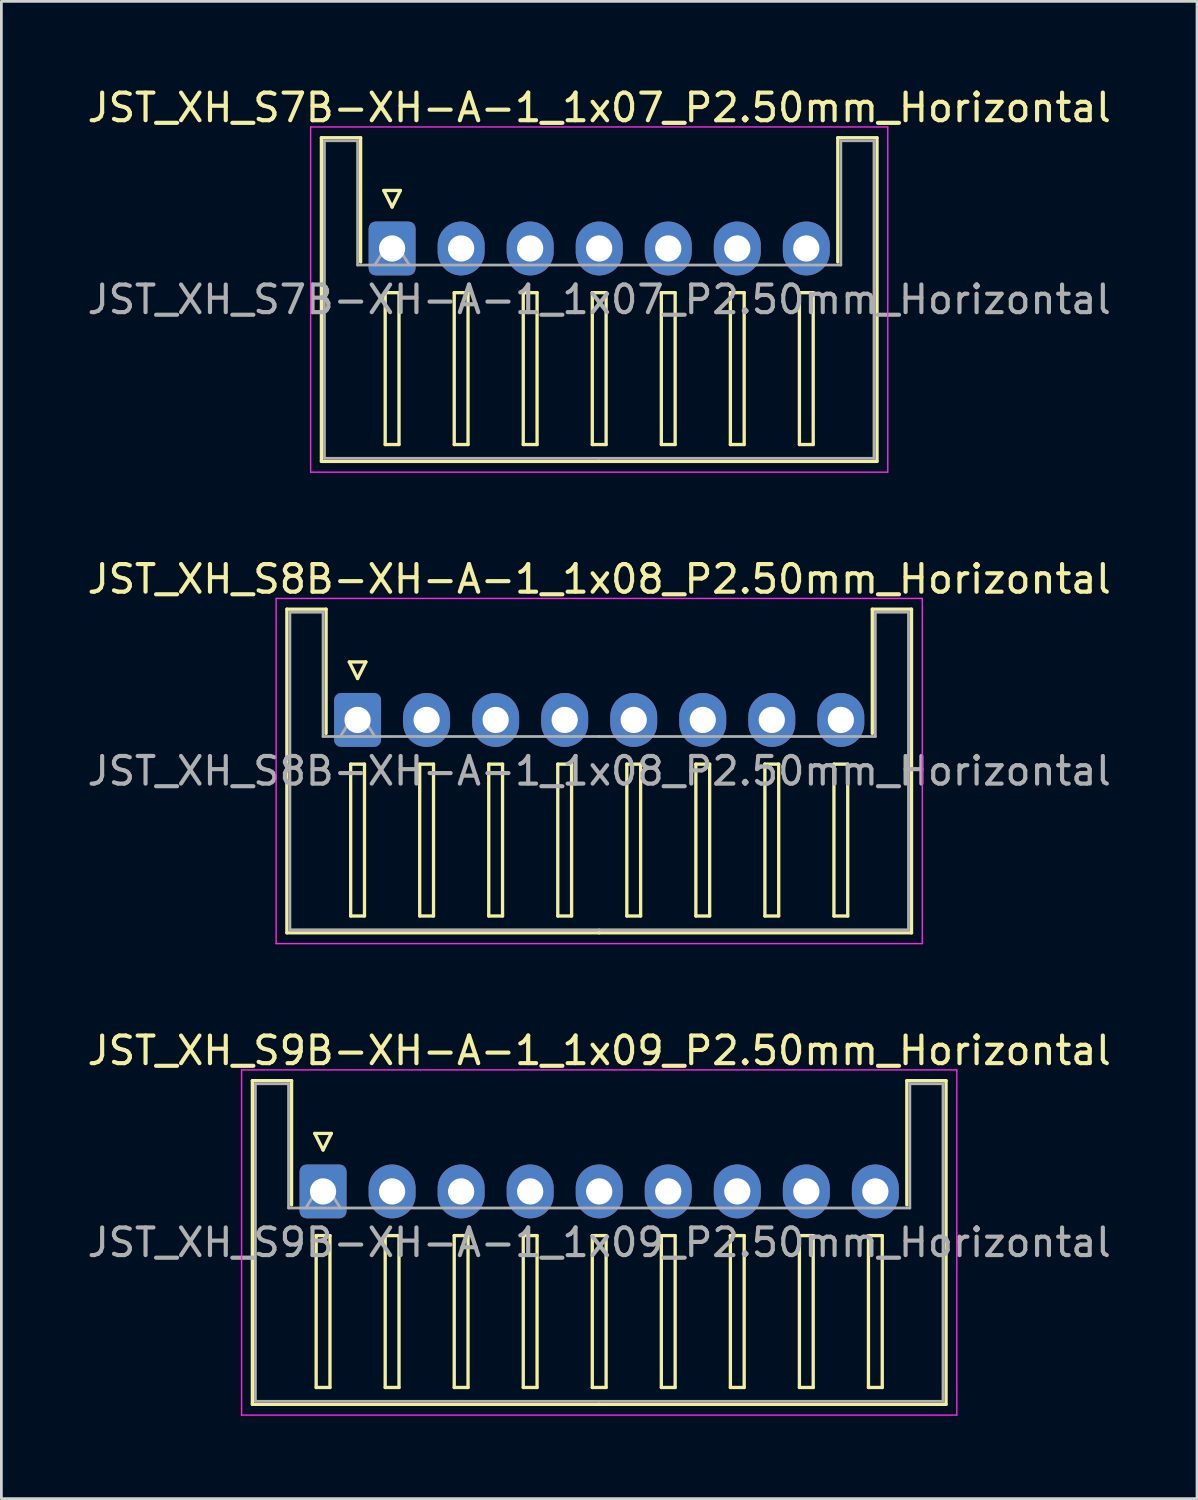
<source format=kicad_pcb>
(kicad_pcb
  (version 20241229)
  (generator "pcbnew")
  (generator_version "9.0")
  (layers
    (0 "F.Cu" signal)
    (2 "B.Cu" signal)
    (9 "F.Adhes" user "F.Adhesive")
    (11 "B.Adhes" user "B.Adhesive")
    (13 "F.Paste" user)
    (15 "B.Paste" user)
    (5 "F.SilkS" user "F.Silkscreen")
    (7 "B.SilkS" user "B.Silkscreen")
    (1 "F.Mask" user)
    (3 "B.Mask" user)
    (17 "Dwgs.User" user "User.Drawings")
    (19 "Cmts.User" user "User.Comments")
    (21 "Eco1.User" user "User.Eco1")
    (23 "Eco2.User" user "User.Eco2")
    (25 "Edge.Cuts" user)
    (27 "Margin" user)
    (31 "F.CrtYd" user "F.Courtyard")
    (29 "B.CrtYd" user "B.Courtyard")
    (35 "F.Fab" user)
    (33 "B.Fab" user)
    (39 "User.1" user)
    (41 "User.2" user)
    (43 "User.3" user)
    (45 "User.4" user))
  (footprint "JST_XH_S8B-XH-A-1_1x08_P2.50mm_Horizontal"
    (layer "F.Cu")
    (at 9.899 23.021)
    (property "Reference" "JST_XH_S8B-XH-A-1_1x08_P2.50mm_Horizontal" (at 8.75 -5.1 0) (layer "F.SilkS") (effects (font (size 1 1) (thickness 0.15))))
    (attr through_hole)
    (fp_line (start -2.56 -4.01) (end -1.14 -4.01) (stroke (width 0.12) (type solid)) (layer "F.SilkS"))
    (fp_line (start -2.56 7.71) (end -2.56 -4.01) (stroke (width 0.12) (type solid)) (layer "F.SilkS"))
    (fp_line (start -1.14 -4.01) (end -1.14 0.49) (stroke (width 0.12) (type solid)) (layer "F.SilkS"))
    (fp_line (start -0.3 -2.1) (end 0.3 -2.1) (stroke (width 0.12) (type solid)) (layer "F.SilkS"))
    (fp_line (start -0.25 1.6) (end -0.25 7.1) (stroke (width 0.12) (type solid)) (layer "F.SilkS"))
    (fp_line (start -0.25 7.1) (end 0.25 7.1) (stroke (width 0.12) (type solid)) (layer "F.SilkS"))
    (fp_line (start 0 -1.5) (end -0.3 -2.1) (stroke (width 0.12) (type solid)) (layer "F.SilkS"))
    (fp_line (start 0.25 1.6) (end -0.25 1.6) (stroke (width 0.12) (type solid)) (layer "F.SilkS"))
    (fp_line (start 0.25 7.1) (end 0.25 1.6) (stroke (width 0.12) (type solid)) (layer "F.SilkS"))
    (fp_line (start 0.3 -2.1) (end 0 -1.5) (stroke (width 0.12) (type solid)) (layer "F.SilkS"))
    (fp_line (start 2.25 1.6) (end 2.25 7.1) (stroke (width 0.12) (type solid)) (layer "F.SilkS"))
    (fp_line (start 2.25 7.1) (end 2.75 7.1) (stroke (width 0.12) (type solid)) (layer "F.SilkS"))
    (fp_line (start 2.75 1.6) (end 2.25 1.6) (stroke (width 0.12) (type solid)) (layer "F.SilkS"))
    (fp_line (start 2.75 7.1) (end 2.75 1.6) (stroke (width 0.12) (type solid)) (layer "F.SilkS"))
    (fp_line (start 4.75 1.6) (end 4.75 7.1) (stroke (width 0.12) (type solid)) (layer "F.SilkS"))
    (fp_line (start 4.75 7.1) (end 5.25 7.1) (stroke (width 0.12) (type solid)) (layer "F.SilkS"))
    (fp_line (start 5.25 1.6) (end 4.75 1.6) (stroke (width 0.12) (type solid)) (layer "F.SilkS"))
    (fp_line (start 5.25 7.1) (end 5.25 1.6) (stroke (width 0.12) (type solid)) (layer "F.SilkS"))
    (fp_line (start 7.25 1.6) (end 7.25 7.1) (stroke (width 0.12) (type solid)) (layer "F.SilkS"))
    (fp_line (start 7.25 7.1) (end 7.75 7.1) (stroke (width 0.12) (type solid)) (layer "F.SilkS"))
    (fp_line (start 7.75 1.6) (end 7.25 1.6) (stroke (width 0.12) (type solid)) (layer "F.SilkS"))
    (fp_line (start 7.75 7.1) (end 7.75 1.6) (stroke (width 0.12) (type solid)) (layer "F.SilkS"))
    (fp_line (start 8.75 7.71) (end -2.56 7.71) (stroke (width 0.12) (type solid)) (layer "F.SilkS"))
    (fp_line (start 8.75 7.71) (end 20.06 7.71) (stroke (width 0.12) (type solid)) (layer "F.SilkS"))
    (fp_line (start 9.75 1.6) (end 9.75 7.1) (stroke (width 0.12) (type solid)) (layer "F.SilkS"))
    (fp_line (start 9.75 7.1) (end 10.25 7.1) (stroke (width 0.12) (type solid)) (layer "F.SilkS"))
    (fp_line (start 10.25 1.6) (end 9.75 1.6) (stroke (width 0.12) (type solid)) (layer "F.SilkS"))
    (fp_line (start 10.25 7.1) (end 10.25 1.6) (stroke (width 0.12) (type solid)) (layer "F.SilkS"))
    (fp_line (start 12.25 1.6) (end 12.25 7.1) (stroke (width 0.12) (type solid)) (layer "F.SilkS"))
    (fp_line (start 12.25 7.1) (end 12.75 7.1) (stroke (width 0.12) (type solid)) (layer "F.SilkS"))
    (fp_line (start 12.75 1.6) (end 12.25 1.6) (stroke (width 0.12) (type solid)) (layer "F.SilkS"))
    (fp_line (start 12.75 7.1) (end 12.75 1.6) (stroke (width 0.12) (type solid)) (layer "F.SilkS"))
    (fp_line (start 14.75 1.6) (end 14.75 7.1) (stroke (width 0.12) (type solid)) (layer "F.SilkS"))
    (fp_line (start 14.75 7.1) (end 15.25 7.1) (stroke (width 0.12) (type solid)) (layer "F.SilkS"))
    (fp_line (start 15.25 1.6) (end 14.75 1.6) (stroke (width 0.12) (type solid)) (layer "F.SilkS"))
    (fp_line (start 15.25 7.1) (end 15.25 1.6) (stroke (width 0.12) (type solid)) (layer "F.SilkS"))
    (fp_line (start 17.25 1.6) (end 17.25 7.1) (stroke (width 0.12) (type solid)) (layer "F.SilkS"))
    (fp_line (start 17.25 7.1) (end 17.75 7.1) (stroke (width 0.12) (type solid)) (layer "F.SilkS"))
    (fp_line (start 17.75 1.6) (end 17.25 1.6) (stroke (width 0.12) (type solid)) (layer "F.SilkS"))
    (fp_line (start 17.75 7.1) (end 17.75 1.6) (stroke (width 0.12) (type solid)) (layer "F.SilkS"))
    (fp_line (start 18.64 -4.01) (end 18.64 0.49) (stroke (width 0.12) (type solid)) (layer "F.SilkS"))
    (fp_line (start 20.06 -4.01) (end 18.64 -4.01) (stroke (width 0.12) (type solid)) (layer "F.SilkS"))
    (fp_line (start 20.06 7.71) (end 20.06 -4.01) (stroke (width 0.12) (type solid)) (layer "F.SilkS"))
    (fp_line (start -2.95 -4.4) (end -2.95 8.1) (stroke (width 0.05) (type solid)) (layer "F.CrtYd"))
    (fp_line (start -2.95 8.1) (end 20.45 8.1) (stroke (width 0.05) (type solid)) (layer "F.CrtYd"))
    (fp_line (start 20.45 -4.4) (end -2.95 -4.4) (stroke (width 0.05) (type solid)) (layer "F.CrtYd"))
    (fp_line (start 20.45 8.1) (end 20.45 -4.4) (stroke (width 0.05) (type solid)) (layer "F.CrtYd"))
    (fp_line (start -2.45 -3.9) (end -1.25 -3.9) (stroke (width 0.1) (type solid)) (layer "F.Fab"))
    (fp_line (start -2.45 7.6) (end -2.45 -3.9) (stroke (width 0.1) (type solid)) (layer "F.Fab"))
    (fp_line (start -1.25 -3.9) (end -1.25 0.6) (stroke (width 0.1) (type solid)) (layer "F.Fab"))
    (fp_line (start -1.25 0.6) (end 8.75 0.6) (stroke (width 0.1) (type solid)) (layer "F.Fab"))
    (fp_line (start -0.625 0.6) (end 0 -0.4) (stroke (width 0.1) (type solid)) (layer "F.Fab"))
    (fp_line (start 0 -0.4) (end 0.625 0.6) (stroke (width 0.1) (type solid)) (layer "F.Fab"))
    (fp_line (start 8.75 7.6) (end -2.45 7.6) (stroke (width 0.1) (type solid)) (layer "F.Fab"))
    (fp_line (start 8.75 7.6) (end 19.95 7.6) (stroke (width 0.1) (type solid)) (layer "F.Fab"))
    (fp_line (start 18.75 -3.9) (end 18.75 0.6) (stroke (width 0.1) (type solid)) (layer "F.Fab"))
    (fp_line (start 18.75 0.6) (end 8.75 0.6) (stroke (width 0.1) (type solid)) (layer "F.Fab"))
    (fp_line (start 19.95 -3.9) (end 18.75 -3.9) (stroke (width 0.1) (type solid)) (layer "F.Fab"))
    (fp_line (start 19.95 7.6) (end 19.95 -3.9) (stroke (width 0.1) (type solid)) (layer "F.Fab"))
    (fp_text user "${REFERENCE}" (at 8.75 1.85 0) (layer "F.Fab") (effects (font (size 1 1) (thickness 0.15))))
    (pad "1" thru_hole roundrect (at 0 0) (size 1.7 1.95) (drill 0.95) (layers "*.Cu" "*.Mask") (roundrect_rratio 0.147))
    (pad "2" thru_hole oval (at 2.5 0) (size 1.7 1.95) (drill 0.95) (layers "*.Cu" "*.Mask"))
    (pad "3" thru_hole oval (at 5 0) (size 1.7 1.95) (drill 0.95) (layers "*.Cu" "*.Mask"))
    (pad "4" thru_hole oval (at 7.5 0) (size 1.7 1.95) (drill 0.95) (layers "*.Cu" "*.Mask"))
    (pad "5" thru_hole oval (at 10 0) (size 1.7 1.95) (drill 0.95) (layers "*.Cu" "*.Mask"))
    (pad "6" thru_hole oval (at 12.5 0) (size 1.7 1.95) (drill 0.95) (layers "*.Cu" "*.Mask"))
    (pad "7" thru_hole oval (at 15 0) (size 1.7 1.95) (drill 0.95) (layers "*.Cu" "*.Mask"))
    (pad "8" thru_hole oval (at 17.5 0) (size 1.7 1.95) (drill 0.95) (layers "*.Cu" "*.Mask")))
  (footprint "JST_XH_S9B-XH-A-1_1x09_P2.50mm_Horizontal"
    (layer "F.Cu")
    (at 8.649 40.095)
    (property "Reference" "JST_XH_S9B-XH-A-1_1x09_P2.50mm_Horizontal" (at 10 -5.1 0) (layer "F.SilkS") (effects (font (size 1 1) (thickness 0.15))))
    (attr through_hole)
    (fp_line (start -2.56 -4.01) (end -1.14 -4.01) (stroke (width 0.12) (type solid)) (layer "F.SilkS"))
    (fp_line (start -2.56 7.71) (end -2.56 -4.01) (stroke (width 0.12) (type solid)) (layer "F.SilkS"))
    (fp_line (start -1.14 -4.01) (end -1.14 0.49) (stroke (width 0.12) (type solid)) (layer "F.SilkS"))
    (fp_line (start -0.3 -2.1) (end 0.3 -2.1) (stroke (width 0.12) (type solid)) (layer "F.SilkS"))
    (fp_line (start -0.25 1.6) (end -0.25 7.1) (stroke (width 0.12) (type solid)) (layer "F.SilkS"))
    (fp_line (start -0.25 7.1) (end 0.25 7.1) (stroke (width 0.12) (type solid)) (layer "F.SilkS"))
    (fp_line (start 0 -1.5) (end -0.3 -2.1) (stroke (width 0.12) (type solid)) (layer "F.SilkS"))
    (fp_line (start 0.25 1.6) (end -0.25 1.6) (stroke (width 0.12) (type solid)) (layer "F.SilkS"))
    (fp_line (start 0.25 7.1) (end 0.25 1.6) (stroke (width 0.12) (type solid)) (layer "F.SilkS"))
    (fp_line (start 0.3 -2.1) (end 0 -1.5) (stroke (width 0.12) (type solid)) (layer "F.SilkS"))
    (fp_line (start 2.25 1.6) (end 2.25 7.1) (stroke (width 0.12) (type solid)) (layer "F.SilkS"))
    (fp_line (start 2.25 7.1) (end 2.75 7.1) (stroke (width 0.12) (type solid)) (layer "F.SilkS"))
    (fp_line (start 2.75 1.6) (end 2.25 1.6) (stroke (width 0.12) (type solid)) (layer "F.SilkS"))
    (fp_line (start 2.75 7.1) (end 2.75 1.6) (stroke (width 0.12) (type solid)) (layer "F.SilkS"))
    (fp_line (start 4.75 1.6) (end 4.75 7.1) (stroke (width 0.12) (type solid)) (layer "F.SilkS"))
    (fp_line (start 4.75 7.1) (end 5.25 7.1) (stroke (width 0.12) (type solid)) (layer "F.SilkS"))
    (fp_line (start 5.25 1.6) (end 4.75 1.6) (stroke (width 0.12) (type solid)) (layer "F.SilkS"))
    (fp_line (start 5.25 7.1) (end 5.25 1.6) (stroke (width 0.12) (type solid)) (layer "F.SilkS"))
    (fp_line (start 7.25 1.6) (end 7.25 7.1) (stroke (width 0.12) (type solid)) (layer "F.SilkS"))
    (fp_line (start 7.25 7.1) (end 7.75 7.1) (stroke (width 0.12) (type solid)) (layer "F.SilkS"))
    (fp_line (start 7.75 1.6) (end 7.25 1.6) (stroke (width 0.12) (type solid)) (layer "F.SilkS"))
    (fp_line (start 7.75 7.1) (end 7.75 1.6) (stroke (width 0.12) (type solid)) (layer "F.SilkS"))
    (fp_line (start 9.75 1.6) (end 9.75 7.1) (stroke (width 0.12) (type solid)) (layer "F.SilkS"))
    (fp_line (start 9.75 7.1) (end 10.25 7.1) (stroke (width 0.12) (type solid)) (layer "F.SilkS"))
    (fp_line (start 10 7.71) (end -2.56 7.71) (stroke (width 0.12) (type solid)) (layer "F.SilkS"))
    (fp_line (start 10 7.71) (end 22.56 7.71) (stroke (width 0.12) (type solid)) (layer "F.SilkS"))
    (fp_line (start 10.25 1.6) (end 9.75 1.6) (stroke (width 0.12) (type solid)) (layer "F.SilkS"))
    (fp_line (start 10.25 7.1) (end 10.25 1.6) (stroke (width 0.12) (type solid)) (layer "F.SilkS"))
    (fp_line (start 12.25 1.6) (end 12.25 7.1) (stroke (width 0.12) (type solid)) (layer "F.SilkS"))
    (fp_line (start 12.25 7.1) (end 12.75 7.1) (stroke (width 0.12) (type solid)) (layer "F.SilkS"))
    (fp_line (start 12.75 1.6) (end 12.25 1.6) (stroke (width 0.12) (type solid)) (layer "F.SilkS"))
    (fp_line (start 12.75 7.1) (end 12.75 1.6) (stroke (width 0.12) (type solid)) (layer "F.SilkS"))
    (fp_line (start 14.75 1.6) (end 14.75 7.1) (stroke (width 0.12) (type solid)) (layer "F.SilkS"))
    (fp_line (start 14.75 7.1) (end 15.25 7.1) (stroke (width 0.12) (type solid)) (layer "F.SilkS"))
    (fp_line (start 15.25 1.6) (end 14.75 1.6) (stroke (width 0.12) (type solid)) (layer "F.SilkS"))
    (fp_line (start 15.25 7.1) (end 15.25 1.6) (stroke (width 0.12) (type solid)) (layer "F.SilkS"))
    (fp_line (start 17.25 1.6) (end 17.25 7.1) (stroke (width 0.12) (type solid)) (layer "F.SilkS"))
    (fp_line (start 17.25 7.1) (end 17.75 7.1) (stroke (width 0.12) (type solid)) (layer "F.SilkS"))
    (fp_line (start 17.75 1.6) (end 17.25 1.6) (stroke (width 0.12) (type solid)) (layer "F.SilkS"))
    (fp_line (start 17.75 7.1) (end 17.75 1.6) (stroke (width 0.12) (type solid)) (layer "F.SilkS"))
    (fp_line (start 19.75 1.6) (end 19.75 7.1) (stroke (width 0.12) (type solid)) (layer "F.SilkS"))
    (fp_line (start 19.75 7.1) (end 20.25 7.1) (stroke (width 0.12) (type solid)) (layer "F.SilkS"))
    (fp_line (start 20.25 1.6) (end 19.75 1.6) (stroke (width 0.12) (type solid)) (layer "F.SilkS"))
    (fp_line (start 20.25 7.1) (end 20.25 1.6) (stroke (width 0.12) (type solid)) (layer "F.SilkS"))
    (fp_line (start 21.14 -4.01) (end 21.14 0.49) (stroke (width 0.12) (type solid)) (layer "F.SilkS"))
    (fp_line (start 22.56 -4.01) (end 21.14 -4.01) (stroke (width 0.12) (type solid)) (layer "F.SilkS"))
    (fp_line (start 22.56 7.71) (end 22.56 -4.01) (stroke (width 0.12) (type solid)) (layer "F.SilkS"))
    (fp_line (start -2.95 -4.4) (end -2.95 8.1) (stroke (width 0.05) (type solid)) (layer "F.CrtYd"))
    (fp_line (start -2.95 8.1) (end 22.95 8.1) (stroke (width 0.05) (type solid)) (layer "F.CrtYd"))
    (fp_line (start 22.95 -4.4) (end -2.95 -4.4) (stroke (width 0.05) (type solid)) (layer "F.CrtYd"))
    (fp_line (start 22.95 8.1) (end 22.95 -4.4) (stroke (width 0.05) (type solid)) (layer "F.CrtYd"))
    (fp_line (start -2.45 -3.9) (end -1.25 -3.9) (stroke (width 0.1) (type solid)) (layer "F.Fab"))
    (fp_line (start -2.45 7.6) (end -2.45 -3.9) (stroke (width 0.1) (type solid)) (layer "F.Fab"))
    (fp_line (start -1.25 -3.9) (end -1.25 0.6) (stroke (width 0.1) (type solid)) (layer "F.Fab"))
    (fp_line (start -1.25 0.6) (end 10 0.6) (stroke (width 0.1) (type solid)) (layer "F.Fab"))
    (fp_line (start -0.625 0.6) (end 0 -0.4) (stroke (width 0.1) (type solid)) (layer "F.Fab"))
    (fp_line (start 0 -0.4) (end 0.625 0.6) (stroke (width 0.1) (type solid)) (layer "F.Fab"))
    (fp_line (start 10 7.6) (end -2.45 7.6) (stroke (width 0.1) (type solid)) (layer "F.Fab"))
    (fp_line (start 10 7.6) (end 22.45 7.6) (stroke (width 0.1) (type solid)) (layer "F.Fab"))
    (fp_line (start 21.25 -3.9) (end 21.25 0.6) (stroke (width 0.1) (type solid)) (layer "F.Fab"))
    (fp_line (start 21.25 0.6) (end 10 0.6) (stroke (width 0.1) (type solid)) (layer "F.Fab"))
    (fp_line (start 22.45 -3.9) (end 21.25 -3.9) (stroke (width 0.1) (type solid)) (layer "F.Fab"))
    (fp_line (start 22.45 7.6) (end 22.45 -3.9) (stroke (width 0.1) (type solid)) (layer "F.Fab"))
    (fp_text user "${REFERENCE}" (at 10 1.85 0) (layer "F.Fab") (effects (font (size 1 1) (thickness 0.15))))
    (pad "1" thru_hole roundrect (at 0 0) (size 1.7 1.95) (drill 0.95) (layers "*.Cu" "*.Mask") (roundrect_rratio 0.147))
    (pad "2" thru_hole oval (at 2.5 0) (size 1.7 1.95) (drill 0.95) (layers "*.Cu" "*.Mask"))
    (pad "3" thru_hole oval (at 5 0) (size 1.7 1.95) (drill 0.95) (layers "*.Cu" "*.Mask"))
    (pad "4" thru_hole oval (at 7.5 0) (size 1.7 1.95) (drill 0.95) (layers "*.Cu" "*.Mask"))
    (pad "5" thru_hole oval (at 10 0) (size 1.7 1.95) (drill 0.95) (layers "*.Cu" "*.Mask"))
    (pad "6" thru_hole oval (at 12.5 0) (size 1.7 1.95) (drill 0.95) (layers "*.Cu" "*.Mask"))
    (pad "7" thru_hole oval (at 15 0) (size 1.7 1.95) (drill 0.95) (layers "*.Cu" "*.Mask"))
    (pad "8" thru_hole oval (at 17.5 0) (size 1.7 1.95) (drill 0.95) (layers "*.Cu" "*.Mask"))
    (pad "9" thru_hole oval (at 20 0) (size 1.7 1.95) (drill 0.95) (layers "*.Cu" "*.Mask")))
  (footprint "JST_XH_S7B-XH-A-1_1x07_P2.50mm_Horizontal"
    (layer "F.Cu")
    (at 11.149 5.948)
    (property "Reference" "JST_XH_S7B-XH-A-1_1x07_P2.50mm_Horizontal" (at 7.5 -5.1 0) (layer "F.SilkS") (effects (font (size 1 1) (thickness 0.15))))
    (attr through_hole)
    (fp_line (start -2.56 -4.01) (end -1.14 -4.01) (stroke (width 0.12) (type solid)) (layer "F.SilkS"))
    (fp_line (start -2.56 7.71) (end -2.56 -4.01) (stroke (width 0.12) (type solid)) (layer "F.SilkS"))
    (fp_line (start -1.14 -4.01) (end -1.14 0.49) (stroke (width 0.12) (type solid)) (layer "F.SilkS"))
    (fp_line (start -0.3 -2.1) (end 0.3 -2.1) (stroke (width 0.12) (type solid)) (layer "F.SilkS"))
    (fp_line (start -0.25 1.6) (end -0.25 7.1) (stroke (width 0.12) (type solid)) (layer "F.SilkS"))
    (fp_line (start -0.25 7.1) (end 0.25 7.1) (stroke (width 0.12) (type solid)) (layer "F.SilkS"))
    (fp_line (start 0 -1.5) (end -0.3 -2.1) (stroke (width 0.12) (type solid)) (layer "F.SilkS"))
    (fp_line (start 0.25 1.6) (end -0.25 1.6) (stroke (width 0.12) (type solid)) (layer "F.SilkS"))
    (fp_line (start 0.25 7.1) (end 0.25 1.6) (stroke (width 0.12) (type solid)) (layer "F.SilkS"))
    (fp_line (start 0.3 -2.1) (end 0 -1.5) (stroke (width 0.12) (type solid)) (layer "F.SilkS"))
    (fp_line (start 2.25 1.6) (end 2.25 7.1) (stroke (width 0.12) (type solid)) (layer "F.SilkS"))
    (fp_line (start 2.25 7.1) (end 2.75 7.1) (stroke (width 0.12) (type solid)) (layer "F.SilkS"))
    (fp_line (start 2.75 1.6) (end 2.25 1.6) (stroke (width 0.12) (type solid)) (layer "F.SilkS"))
    (fp_line (start 2.75 7.1) (end 2.75 1.6) (stroke (width 0.12) (type solid)) (layer "F.SilkS"))
    (fp_line (start 4.75 1.6) (end 4.75 7.1) (stroke (width 0.12) (type solid)) (layer "F.SilkS"))
    (fp_line (start 4.75 7.1) (end 5.25 7.1) (stroke (width 0.12) (type solid)) (layer "F.SilkS"))
    (fp_line (start 5.25 1.6) (end 4.75 1.6) (stroke (width 0.12) (type solid)) (layer "F.SilkS"))
    (fp_line (start 5.25 7.1) (end 5.25 1.6) (stroke (width 0.12) (type solid)) (layer "F.SilkS"))
    (fp_line (start 7.25 1.6) (end 7.25 7.1) (stroke (width 0.12) (type solid)) (layer "F.SilkS"))
    (fp_line (start 7.25 7.1) (end 7.75 7.1) (stroke (width 0.12) (type solid)) (layer "F.SilkS"))
    (fp_line (start 7.5 7.71) (end -2.56 7.71) (stroke (width 0.12) (type solid)) (layer "F.SilkS"))
    (fp_line (start 7.5 7.71) (end 17.56 7.71) (stroke (width 0.12) (type solid)) (layer "F.SilkS"))
    (fp_line (start 7.75 1.6) (end 7.25 1.6) (stroke (width 0.12) (type solid)) (layer "F.SilkS"))
    (fp_line (start 7.75 7.1) (end 7.75 1.6) (stroke (width 0.12) (type solid)) (layer "F.SilkS"))
    (fp_line (start 9.75 1.6) (end 9.75 7.1) (stroke (width 0.12) (type solid)) (layer "F.SilkS"))
    (fp_line (start 9.75 7.1) (end 10.25 7.1) (stroke (width 0.12) (type solid)) (layer "F.SilkS"))
    (fp_line (start 10.25 1.6) (end 9.75 1.6) (stroke (width 0.12) (type solid)) (layer "F.SilkS"))
    (fp_line (start 10.25 7.1) (end 10.25 1.6) (stroke (width 0.12) (type solid)) (layer "F.SilkS"))
    (fp_line (start 12.25 1.6) (end 12.25 7.1) (stroke (width 0.12) (type solid)) (layer "F.SilkS"))
    (fp_line (start 12.25 7.1) (end 12.75 7.1) (stroke (width 0.12) (type solid)) (layer "F.SilkS"))
    (fp_line (start 12.75 1.6) (end 12.25 1.6) (stroke (width 0.12) (type solid)) (layer "F.SilkS"))
    (fp_line (start 12.75 7.1) (end 12.75 1.6) (stroke (width 0.12) (type solid)) (layer "F.SilkS"))
    (fp_line (start 14.75 1.6) (end 14.75 7.1) (stroke (width 0.12) (type solid)) (layer "F.SilkS"))
    (fp_line (start 14.75 7.1) (end 15.25 7.1) (stroke (width 0.12) (type solid)) (layer "F.SilkS"))
    (fp_line (start 15.25 1.6) (end 14.75 1.6) (stroke (width 0.12) (type solid)) (layer "F.SilkS"))
    (fp_line (start 15.25 7.1) (end 15.25 1.6) (stroke (width 0.12) (type solid)) (layer "F.SilkS"))
    (fp_line (start 16.14 -4.01) (end 16.14 0.49) (stroke (width 0.12) (type solid)) (layer "F.SilkS"))
    (fp_line (start 17.56 -4.01) (end 16.14 -4.01) (stroke (width 0.12) (type solid)) (layer "F.SilkS"))
    (fp_line (start 17.56 7.71) (end 17.56 -4.01) (stroke (width 0.12) (type solid)) (layer "F.SilkS"))
    (fp_line (start -2.95 -4.4) (end -2.95 8.1) (stroke (width 0.05) (type solid)) (layer "F.CrtYd"))
    (fp_line (start -2.95 8.1) (end 17.95 8.1) (stroke (width 0.05) (type solid)) (layer "F.CrtYd"))
    (fp_line (start 17.95 -4.4) (end -2.95 -4.4) (stroke (width 0.05) (type solid)) (layer "F.CrtYd"))
    (fp_line (start 17.95 8.1) (end 17.95 -4.4) (stroke (width 0.05) (type solid)) (layer "F.CrtYd"))
    (fp_line (start -2.45 -3.9) (end -1.25 -3.9) (stroke (width 0.1) (type solid)) (layer "F.Fab"))
    (fp_line (start -2.45 7.6) (end -2.45 -3.9) (stroke (width 0.1) (type solid)) (layer "F.Fab"))
    (fp_line (start -1.25 -3.9) (end -1.25 0.6) (stroke (width 0.1) (type solid)) (layer "F.Fab"))
    (fp_line (start -1.25 0.6) (end 7.5 0.6) (stroke (width 0.1) (type solid)) (layer "F.Fab"))
    (fp_line (start -0.625 0.6) (end 0 -0.4) (stroke (width 0.1) (type solid)) (layer "F.Fab"))
    (fp_line (start 0 -0.4) (end 0.625 0.6) (stroke (width 0.1) (type solid)) (layer "F.Fab"))
    (fp_line (start 7.5 7.6) (end -2.45 7.6) (stroke (width 0.1) (type solid)) (layer "F.Fab"))
    (fp_line (start 7.5 7.6) (end 17.45 7.6) (stroke (width 0.1) (type solid)) (layer "F.Fab"))
    (fp_line (start 16.25 -3.9) (end 16.25 0.6) (stroke (width 0.1) (type solid)) (layer "F.Fab"))
    (fp_line (start 16.25 0.6) (end 7.5 0.6) (stroke (width 0.1) (type solid)) (layer "F.Fab"))
    (fp_line (start 17.45 -3.9) (end 16.25 -3.9) (stroke (width 0.1) (type solid)) (layer "F.Fab"))
    (fp_line (start 17.45 7.6) (end 17.45 -3.9) (stroke (width 0.1) (type solid)) (layer "F.Fab"))
    (fp_text user "${REFERENCE}" (at 7.5 1.85 0) (layer "F.Fab") (effects (font (size 1 1) (thickness 0.15))))
    (pad "1" thru_hole roundrect (at 0 0) (size 1.7 1.95) (drill 0.95) (layers "*.Cu" "*.Mask") (roundrect_rratio 0.147))
    (pad "2" thru_hole oval (at 2.5 0) (size 1.7 1.95) (drill 0.95) (layers "*.Cu" "*.Mask"))
    (pad "3" thru_hole oval (at 5 0) (size 1.7 1.95) (drill 0.95) (layers "*.Cu" "*.Mask"))
    (pad "4" thru_hole oval (at 7.5 0) (size 1.7 1.95) (drill 0.95) (layers "*.Cu" "*.Mask"))
    (pad "5" thru_hole oval (at 10 0) (size 1.7 1.95) (drill 0.95) (layers "*.Cu" "*.Mask"))
    (pad "6" thru_hole oval (at 12.5 0) (size 1.7 1.95) (drill 0.95) (layers "*.Cu" "*.Mask"))
    (pad "7" thru_hole oval (at 15 0) (size 1.7 1.95) (drill 0.95) (layers "*.Cu" "*.Mask")))
  (gr_rect
    (start -3 -3)
    (end 40.298 51.22)
    (stroke (width 0.1) (type default))
    (fill no)
    (layer "Edge.Cuts")))
</source>
